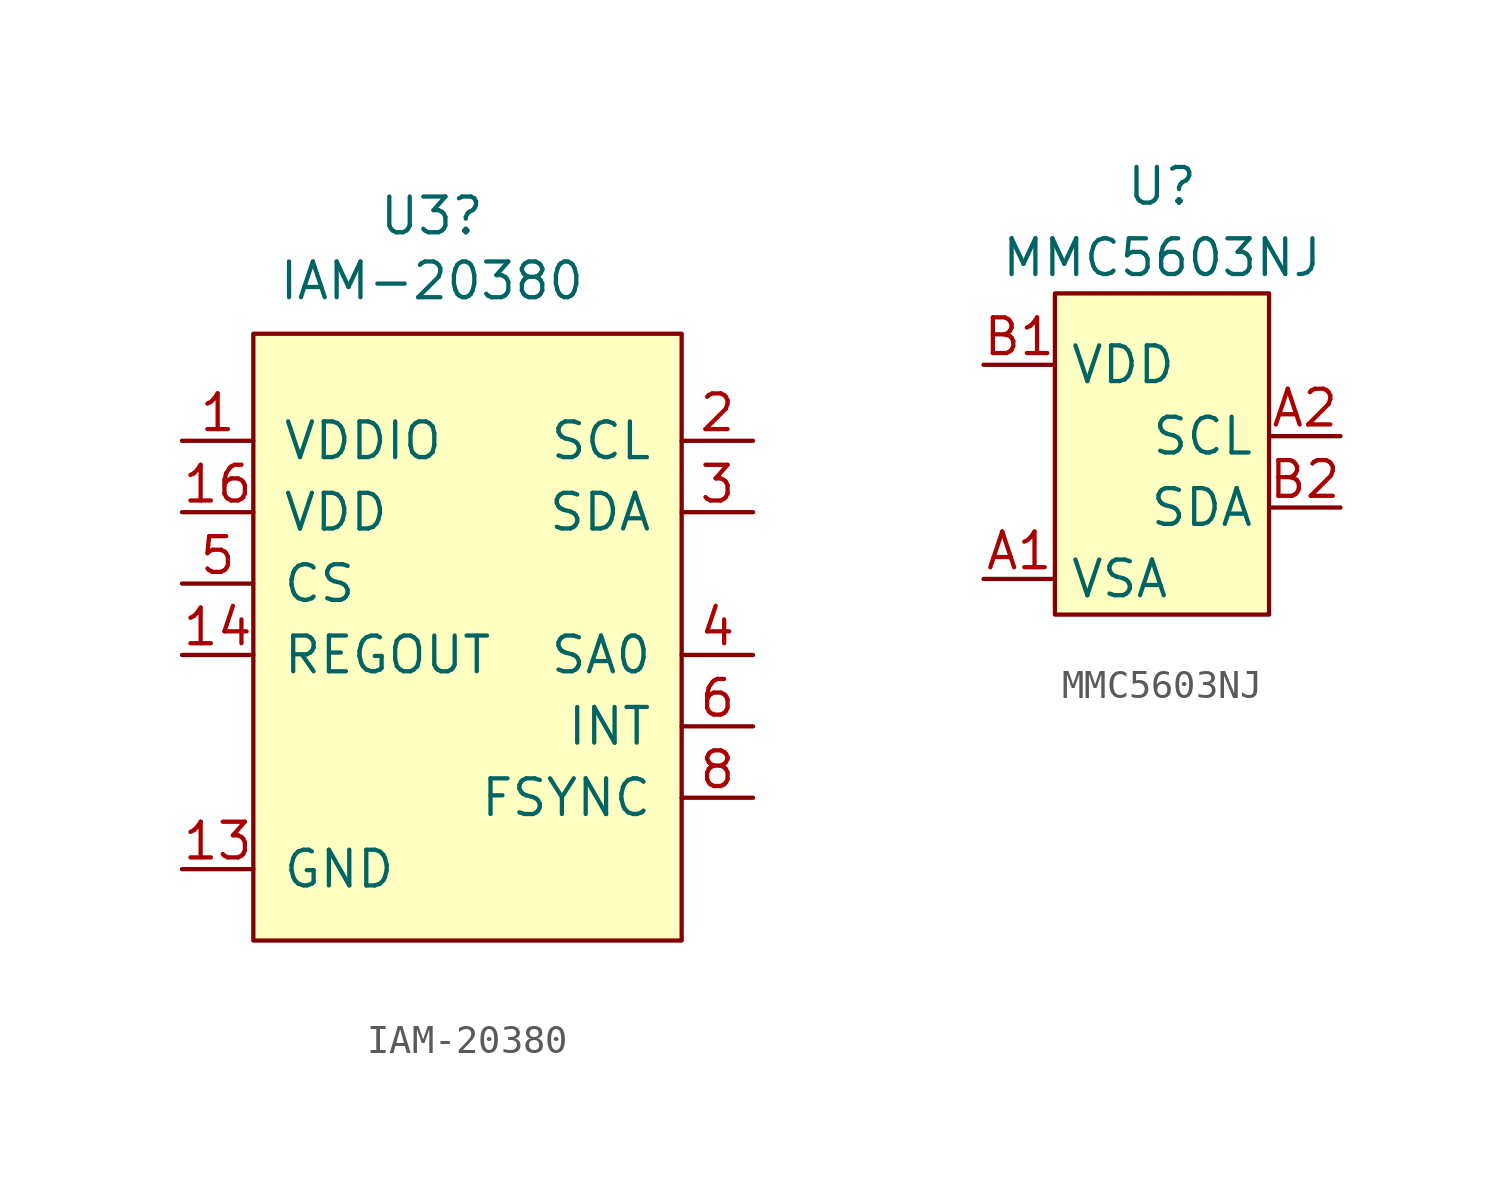
<source format=kicad_sym>
(kicad_symbol_lib
  (version 20211014)
  (generator kicad_symbol_editor)
  (symbol "IAM-20380"
    (pin_names
      (offset 1.016))
    (property "Reference" "U3"
      (at -1.27 4.191 0)
      (effects (font (size 1.27 1.27))))
    (property "Value" "IAM-20380"
      (at -1.27 1.88 0)
      (effects (font (size 1.27 1.27))))
    (symbol "IAM-20380_0_0"
      (pin unspecified line (at -10.16 -3.81 0) (length 2.54) (name "VDDIO" (effects (font (size 1.27 1.27)))) (number "1" (effects (font (size 1.27 1.27)))))
      (pin unspecified line (at -10.16 -19.05 0) (length 2.54) hide (name "RESV_GND" (effects (font (size 1.27 1.27)))) (number "10" (effects (font (size 1.27 1.27)))))
      (pin unspecified line (at -10.16 -19.05 0) (length 2.54) hide (name "RESV_GND" (effects (font (size 1.27 1.27)))) (number "11" (effects (font (size 1.27 1.27)))))
      (pin unspecified line (at -10.16 -19.05 0) (length 2.54) hide (name "RESV_GND" (effects (font (size 1.27 1.27)))) (number "12" (effects (font (size 1.27 1.27)))))
      (pin unspecified line (at -10.16 -19.05 0) (length 2.54) (name "GND" (effects (font (size 1.27 1.27)))) (number "13" (effects (font (size 1.27 1.27)))))
      (pin unspecified line (at -10.16 -11.43 0) (length 2.54) (name "REGOUT" (effects (font (size 1.27 1.27)))) (number "14" (effects (font (size 1.27 1.27)))))
      (pin unspecified line (at -10.16 -19.05 0) (length 2.54) hide (name "RESV_GND" (effects (font (size 1.27 1.27)))) (number "15" (effects (font (size 1.27 1.27)))))
      (pin unspecified line (at -10.16 -6.35 0) (length 2.54) (name "VDD" (effects (font (size 1.27 1.27)))) (number "16" (effects (font (size 1.27 1.27)))))
      (pin unspecified line (at 10.16 -3.81 180) (length 2.54) (name "SCL" (effects (font (size 1.27 1.27)))) (number "2" (effects (font (size 1.27 1.27)))))
      (pin unspecified line (at 10.16 -6.35 180) (length 2.54) (name "SDA" (effects (font (size 1.27 1.27)))) (number "3" (effects (font (size 1.27 1.27)))))
      (pin unspecified line (at 10.16 -11.43 180) (length 2.54) (name "SA0" (effects (font (size 1.27 1.27)))) (number "4" (effects (font (size 1.27 1.27)))))
      (pin unspecified line (at -10.16 -8.89 0) (length 2.54) (name "CS" (effects (font (size 1.27 1.27)))) (number "5" (effects (font (size 1.27 1.27)))))
      (pin unspecified line (at 10.16 -13.97 180) (length 2.54) (name "INT" (effects (font (size 1.27 1.27)))) (number "6" (effects (font (size 1.27 1.27)))))
      (pin unspecified line (at 10.16 -19.05 180) (length 2.54) hide (name "RESV_NC" (effects (font (size 1.27 1.27)))) (number "7" (effects (font (size 1.27 1.27)))))
      (pin unspecified line (at 10.16 -16.51 180) (length 2.54) (name "FSYNC" (effects (font (size 1.27 1.27)))) (number "8" (effects (font (size 1.27 1.27)))))
      (pin unspecified line (at -10.16 -19.05 0) (length 2.54) hide (name "RESV_GND" (effects (font (size 1.27 1.27)))) (number "9" (effects (font (size 1.27 1.27))))))
    (symbol "IAM-20380_0_1"
      (rectangle (start -7.62 0) (end 7.62 -21.59) (stroke (width 0) (type default) (color 0 0 0 0)) (fill (type background)))))
  (symbol "MMC5603NJ"
    (property "Reference" "U"
      (at 0 3.81 0)
      (effects (font (size 1.27 1.27))))
    (property "Value" "MMC5603NJ"
      (at 0 1.27 0)
      (effects (font (size 1.27 1.27))))
    (symbol "MMC5603NJ_0_1"
      (rectangle (start -3.81 0) (end 3.81 -11.43) (stroke (width 0) (type default) (color 0 0 0 0)) (fill (type background))))
    (symbol "MMC5603NJ_1_1"
      (pin input line (at -6.35 -10.16 0) (length 2.54) (name "VSA" (effects (font (size 1.27 1.27)))) (number "A1" (effects (font (size 1.27 1.27)))))
      (pin input line (at 6.35 -5.08 180) (length 2.54) (name "SCL" (effects (font (size 1.27 1.27)))) (number "A2" (effects (font (size 1.27 1.27)))))
      (pin input line (at -6.35 -2.54 0) (length 2.54) (name "VDD" (effects (font (size 1.27 1.27)))) (number "B1" (effects (font (size 1.27 1.27)))))
      (pin input line (at 6.35 -7.62 180) (length 2.54) (name "SDA" (effects (font (size 1.27 1.27)))) (number "B2" (effects (font (size 1.27 1.27))))))))
</source>
